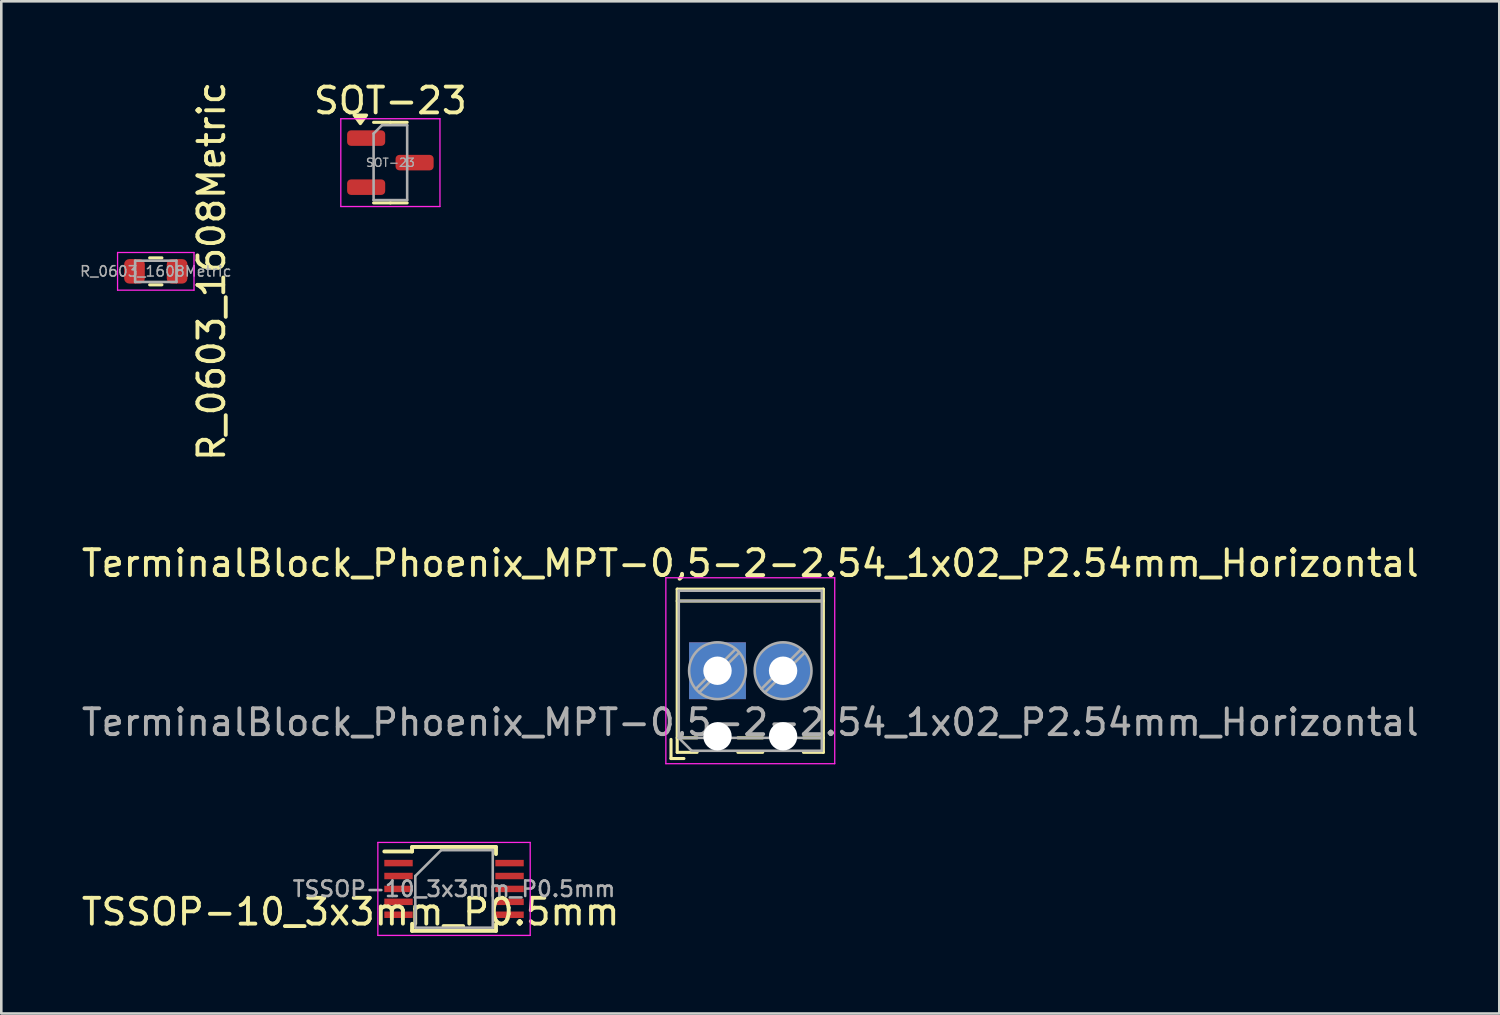
<source format=kicad_pcb>
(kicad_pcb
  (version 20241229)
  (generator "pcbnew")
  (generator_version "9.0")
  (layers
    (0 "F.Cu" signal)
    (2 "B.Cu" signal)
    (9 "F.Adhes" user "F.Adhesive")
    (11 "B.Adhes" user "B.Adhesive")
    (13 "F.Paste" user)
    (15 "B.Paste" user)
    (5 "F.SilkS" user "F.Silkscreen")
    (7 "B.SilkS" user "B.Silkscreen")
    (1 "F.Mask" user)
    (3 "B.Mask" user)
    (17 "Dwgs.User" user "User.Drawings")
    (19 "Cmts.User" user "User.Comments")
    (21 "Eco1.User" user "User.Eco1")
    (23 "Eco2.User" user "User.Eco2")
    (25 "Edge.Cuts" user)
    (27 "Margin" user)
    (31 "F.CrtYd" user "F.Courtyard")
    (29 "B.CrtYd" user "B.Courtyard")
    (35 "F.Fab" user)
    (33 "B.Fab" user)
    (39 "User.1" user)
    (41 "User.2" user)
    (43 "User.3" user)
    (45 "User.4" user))
  (footprint "TSSOP-10_3x3mm_P0.5mm"
    (layer "F.Cu")
    (at 14.533 31.375)
    (property "Reference" "TSSOP-10_3x3mm_P0.5mm" (at -4.003 0.889 0) (layer "F.SilkS") (effects (font (size 1 1) (thickness 0.15))))
    (attr smd)
    (fp_line (start -1.625 -1.625) (end -1.625 -1.45) (stroke (width 0.15) (type solid)) (layer "F.SilkS"))
    (fp_line (start -1.625 -1.625) (end 1.625 -1.625) (stroke (width 0.15) (type solid)) (layer "F.SilkS"))
    (fp_line (start -1.625 -1.45) (end -2.7 -1.45) (stroke (width 0.15) (type solid)) (layer "F.SilkS"))
    (fp_line (start -1.625 1.625) (end -1.625 1.35) (stroke (width 0.15) (type solid)) (layer "F.SilkS"))
    (fp_line (start -1.625 1.625) (end 1.625 1.625) (stroke (width 0.15) (type solid)) (layer "F.SilkS"))
    (fp_line (start 1.625 -1.625) (end 1.625 -1.35) (stroke (width 0.15) (type solid)) (layer "F.SilkS"))
    (fp_line (start 1.625 1.625) (end 1.625 1.35) (stroke (width 0.15) (type solid)) (layer "F.SilkS"))
    (fp_line (start -2.95 -1.8) (end -2.95 1.8) (stroke (width 0.05) (type solid)) (layer "F.CrtYd"))
    (fp_line (start -2.95 -1.8) (end 2.95 -1.8) (stroke (width 0.05) (type solid)) (layer "F.CrtYd"))
    (fp_line (start -2.95 1.8) (end 2.95 1.8) (stroke (width 0.05) (type solid)) (layer "F.CrtYd"))
    (fp_line (start 2.95 -1.8) (end 2.95 1.8) (stroke (width 0.05) (type solid)) (layer "F.CrtYd"))
    (fp_line (start -1.5 -0.5) (end -0.5 -1.5) (stroke (width 0.1) (type solid)) (layer "F.Fab"))
    (fp_line (start -1.5 1.5) (end -1.5 -0.5) (stroke (width 0.1) (type solid)) (layer "F.Fab"))
    (fp_line (start -0.5 -1.5) (end 1.5 -1.5) (stroke (width 0.1) (type solid)) (layer "F.Fab"))
    (fp_line (start 1.5 -1.5) (end 1.5 1.5) (stroke (width 0.1) (type solid)) (layer "F.Fab"))
    (fp_line (start 1.5 1.5) (end -1.5 1.5) (stroke (width 0.1) (type solid)) (layer "F.Fab"))
    (fp_text user "${REFERENCE}" (at 0 0 0) (layer "F.Fab") (effects (font (size 0.6 0.6) (thickness 0.1))))
    (pad "1" smd rect (at -2.15 -1) (size 1.1 0.25) (layers "F.Cu" "F.Mask" "F.Paste"))
    (pad "2" smd rect (at -2.15 -0.5) (size 1.1 0.25) (layers "F.Cu" "F.Mask" "F.Paste"))
    (pad "3" smd rect (at -2.15 0) (size 1.1 0.25) (layers "F.Cu" "F.Mask" "F.Paste"))
    (pad "4" smd rect (at -2.15 0.5) (size 1.1 0.25) (layers "F.Cu" "F.Mask" "F.Paste"))
    (pad "5" smd rect (at -2.15 1) (size 1.1 0.25) (layers "F.Cu" "F.Mask" "F.Paste"))
    (pad "6" smd rect (at 2.15 1) (size 1.1 0.25) (layers "F.Cu" "F.Mask" "F.Paste"))
    (pad "7" smd rect (at 2.15 0.5) (size 1.1 0.25) (layers "F.Cu" "F.Mask" "F.Paste"))
    (pad "8" smd rect (at 2.15 0) (size 1.1 0.25) (layers "F.Cu" "F.Mask" "F.Paste"))
    (pad "9" smd rect (at 2.15 -0.5) (size 1.1 0.25) (layers "F.Cu" "F.Mask" "F.Paste"))
    (pad "10" smd rect (at 2.15 -1) (size 1.1 0.25) (layers "F.Cu" "F.Mask" "F.Paste")))
  (footprint "SOT-23"
    (layer "F.Cu")
    (at 12.068 3.248)
    (property "Reference" "SOT-23" (at 0 -2.4 0) (layer "F.SilkS") (effects (font (size 1 1) (thickness 0.15))))
    (attr smd)
    (fp_line (start 0 -1.56) (end -0.65 -1.56) (stroke (width 0.12) (type solid)) (layer "F.SilkS"))
    (fp_line (start 0 -1.56) (end 0.65 -1.56) (stroke (width 0.12) (type solid)) (layer "F.SilkS"))
    (fp_line (start 0 1.56) (end -0.65 1.56) (stroke (width 0.12) (type solid)) (layer "F.SilkS"))
    (fp_line (start 0 1.56) (end 0.65 1.56) (stroke (width 0.12) (type solid)) (layer "F.SilkS"))
    (fp_poly (pts (xy -1.163 -1.51) (xy -1.403 -1.84) (xy -0.922 -1.84) (xy -1.163 -1.51)) (stroke (width 0.12) (type solid)) (fill yes) (layer "F.SilkS"))
    (fp_line (start -1.92 -1.7) (end -1.92 1.7) (stroke (width 0.05) (type solid)) (layer "F.CrtYd"))
    (fp_line (start -1.92 1.7) (end 1.92 1.7) (stroke (width 0.05) (type solid)) (layer "F.CrtYd"))
    (fp_line (start 1.92 -1.7) (end -1.92 -1.7) (stroke (width 0.05) (type solid)) (layer "F.CrtYd"))
    (fp_line (start 1.92 1.7) (end 1.92 -1.7) (stroke (width 0.05) (type solid)) (layer "F.CrtYd"))
    (fp_line (start -0.65 -1.125) (end -0.325 -1.45) (stroke (width 0.1) (type solid)) (layer "F.Fab"))
    (fp_line (start -0.65 1.45) (end -0.65 -1.125) (stroke (width 0.1) (type solid)) (layer "F.Fab"))
    (fp_line (start -0.325 -1.45) (end 0.65 -1.45) (stroke (width 0.1) (type solid)) (layer "F.Fab"))
    (fp_line (start 0.65 -1.45) (end 0.65 1.45) (stroke (width 0.1) (type solid)) (layer "F.Fab"))
    (fp_line (start 0.65 1.45) (end -0.65 1.45) (stroke (width 0.1) (type solid)) (layer "F.Fab"))
    (fp_text user "${REFERENCE}" (at 0 0 0) (layer "F.Fab") (effects (font (size 0.32 0.32) (thickness 0.05))))
    (pad "1" smd roundrect (at -0.938 -0.95) (size 1.475 0.6) (layers "F.Cu" "F.Mask" "F.Paste") (roundrect_rratio 0.25))
    (pad "2" smd roundrect (at -0.938 0.95) (size 1.475 0.6) (layers "F.Cu" "F.Mask" "F.Paste") (roundrect_rratio 0.25))
    (pad "3" smd roundrect (at 0.938 0) (size 1.475 0.6) (layers "F.Cu" "F.Mask" "F.Paste") (roundrect_rratio 0.25)))
  (footprint "TerminalBlock_Phoenix_MPT-0,5-2-2.54_1x02_P2.54mm_Horizontal"
    (layer "F.Cu")
    (at 24.736 22.925)
    (property "Reference" "TerminalBlock_Phoenix_MPT-0,5-2-2.54_1x02_P2.54mm_Horizontal" (at 1.27 -4.16 0) (layer "F.SilkS") (effects (font (size 1 1) (thickness 0.15))))
    (attr through_hole)
    (fp_line (start -1.8 2.66) (end -1.8 3.4) (stroke (width 0.12) (type solid)) (layer "F.SilkS"))
    (fp_line (start -1.8 3.4) (end -1.3 3.4) (stroke (width 0.12) (type solid)) (layer "F.SilkS"))
    (fp_line (start -1.56 -3.16) (end -1.56 3.16) (stroke (width 0.12) (type solid)) (layer "F.SilkS"))
    (fp_line (start -1.56 -3.16) (end 4.1 -3.16) (stroke (width 0.12) (type solid)) (layer "F.SilkS"))
    (fp_line (start -1.56 -2.7) (end 4.1 -2.7) (stroke (width 0.12) (type solid)) (layer "F.SilkS"))
    (fp_line (start -1.56 2.6) (end -0.79 2.6) (stroke (width 0.12) (type solid)) (layer "F.SilkS"))
    (fp_line (start -1.56 3.16) (end -0.79 3.16) (stroke (width 0.12) (type solid)) (layer "F.SilkS"))
    (fp_line (start 0.79 2.6) (end 1.75 2.6) (stroke (width 0.12) (type solid)) (layer "F.SilkS"))
    (fp_line (start 0.79 3.16) (end 1.75 3.16) (stroke (width 0.12) (type solid)) (layer "F.SilkS"))
    (fp_line (start 3.33 2.6) (end 4.1 2.6) (stroke (width 0.12) (type solid)) (layer "F.SilkS"))
    (fp_line (start 3.33 3.16) (end 4.1 3.16) (stroke (width 0.12) (type solid)) (layer "F.SilkS"))
    (fp_line (start 4.1 -3.16) (end 4.1 3.16) (stroke (width 0.12) (type solid)) (layer "F.SilkS"))
    (fp_line (start -2 -3.6) (end -2 3.6) (stroke (width 0.05) (type solid)) (layer "F.CrtYd"))
    (fp_line (start -2 3.6) (end 4.54 3.6) (stroke (width 0.05) (type solid)) (layer "F.CrtYd"))
    (fp_line (start 4.54 -3.6) (end -2 -3.6) (stroke (width 0.05) (type solid)) (layer "F.CrtYd"))
    (fp_line (start 4.54 3.6) (end 4.54 -3.6) (stroke (width 0.05) (type solid)) (layer "F.CrtYd"))
    (fp_line (start -1.5 -3.1) (end 4.04 -3.1) (stroke (width 0.1) (type solid)) (layer "F.Fab"))
    (fp_line (start -1.5 -2.7) (end 4.04 -2.7) (stroke (width 0.1) (type solid)) (layer "F.Fab"))
    (fp_line (start -1.5 2.6) (end -1.5 -3.1) (stroke (width 0.1) (type solid)) (layer "F.Fab"))
    (fp_line (start -1.5 2.6) (end 4.04 2.6) (stroke (width 0.1) (type solid)) (layer "F.Fab"))
    (fp_line (start -1 3.1) (end -1.5 2.6) (stroke (width 0.1) (type solid)) (layer "F.Fab"))
    (fp_line (start 0.701 -0.835) (end -0.835 0.7) (stroke (width 0.1) (type solid)) (layer "F.Fab"))
    (fp_line (start 0.835 -0.7) (end -0.701 0.835) (stroke (width 0.1) (type solid)) (layer "F.Fab"))
    (fp_line (start 3.241 -0.835) (end 1.706 0.7) (stroke (width 0.1) (type solid)) (layer "F.Fab"))
    (fp_line (start 3.375 -0.7) (end 1.84 0.835) (stroke (width 0.1) (type solid)) (layer "F.Fab"))
    (fp_line (start 4.04 -3.1) (end 4.04 3.1) (stroke (width 0.1) (type solid)) (layer "F.Fab"))
    (fp_line (start 4.04 3.1) (end -1 3.1) (stroke (width 0.1) (type solid)) (layer "F.Fab"))
    (fp_circle (center 0 0) (end 1.1 0) (stroke (width 0.1) (type solid)) (fill no) (layer "F.Fab"))
    (fp_circle (center 2.54 0) (end 3.64 0) (stroke (width 0.1) (type solid)) (fill no) (layer "F.Fab"))
    (fp_text user "${REFERENCE}" (at 1.27 2 0) (layer "F.Fab") (effects (font (size 1 1) (thickness 0.15))))
    (pad "" np_thru_hole circle (at 0 2.54) (size 1.1 1.1) (drill 1.1) (layers "*.Cu" "*.Mask"))
    (pad "" np_thru_hole circle (at 2.54 2.54) (size 1.1 1.1) (drill 1.1) (layers "*.Cu" "*.Mask"))
    (pad "1" thru_hole rect (at 0 0) (size 2.2 2.2) (drill 1.1) (layers "*.Cu" "*.Mask"))
    (pad "2" thru_hole circle (at 2.54 0) (size 2.2 2.2) (drill 1.1) (layers "*.Cu" "*.Mask")))
  (footprint "R_0603_1608Metric"
    (layer "F.Cu")
    (at 2.983 7.458)
    (property "Reference" "R_0603_1608Metric" (at 2.159 0 270) (layer "F.SilkS") (effects (font (size 1 1) (thickness 0.15))))
    (attr smd)
    (fp_line (start -0.237 -0.522) (end 0.237 -0.522) (stroke (width 0.12) (type solid)) (layer "F.SilkS"))
    (fp_line (start -0.237 0.522) (end 0.237 0.522) (stroke (width 0.12) (type solid)) (layer "F.SilkS"))
    (fp_line (start -1.48 -0.73) (end 1.48 -0.73) (stroke (width 0.05) (type solid)) (layer "F.CrtYd"))
    (fp_line (start -1.48 0.73) (end -1.48 -0.73) (stroke (width 0.05) (type solid)) (layer "F.CrtYd"))
    (fp_line (start 1.48 -0.73) (end 1.48 0.73) (stroke (width 0.05) (type solid)) (layer "F.CrtYd"))
    (fp_line (start 1.48 0.73) (end -1.48 0.73) (stroke (width 0.05) (type solid)) (layer "F.CrtYd"))
    (fp_line (start -0.8 -0.412) (end 0.8 -0.412) (stroke (width 0.1) (type solid)) (layer "F.Fab"))
    (fp_line (start -0.8 0.412) (end -0.8 -0.412) (stroke (width 0.1) (type solid)) (layer "F.Fab"))
    (fp_line (start 0.8 -0.412) (end 0.8 0.412) (stroke (width 0.1) (type solid)) (layer "F.Fab"))
    (fp_line (start 0.8 0.412) (end -0.8 0.412) (stroke (width 0.1) (type solid)) (layer "F.Fab"))
    (fp_text user "${REFERENCE}" (at 0 0 0) (layer "F.Fab") (effects (font (size 0.4 0.4) (thickness 0.06))))
    (pad "1" smd roundrect (at -0.825 0) (size 0.8 0.95) (layers "F.Cu" "F.Mask" "F.Paste") (roundrect_rratio 0.25))
    (pad "2" smd roundrect (at 0.825 0) (size 0.8 0.95) (layers "F.Cu" "F.Mask" "F.Paste") (roundrect_rratio 0.25)))
  (gr_rect
    (start -3 -3)
    (end 55.012 36.2)
    (stroke (width 0.1) (type default))
    (fill no)
    (layer "Edge.Cuts")))
</source>
